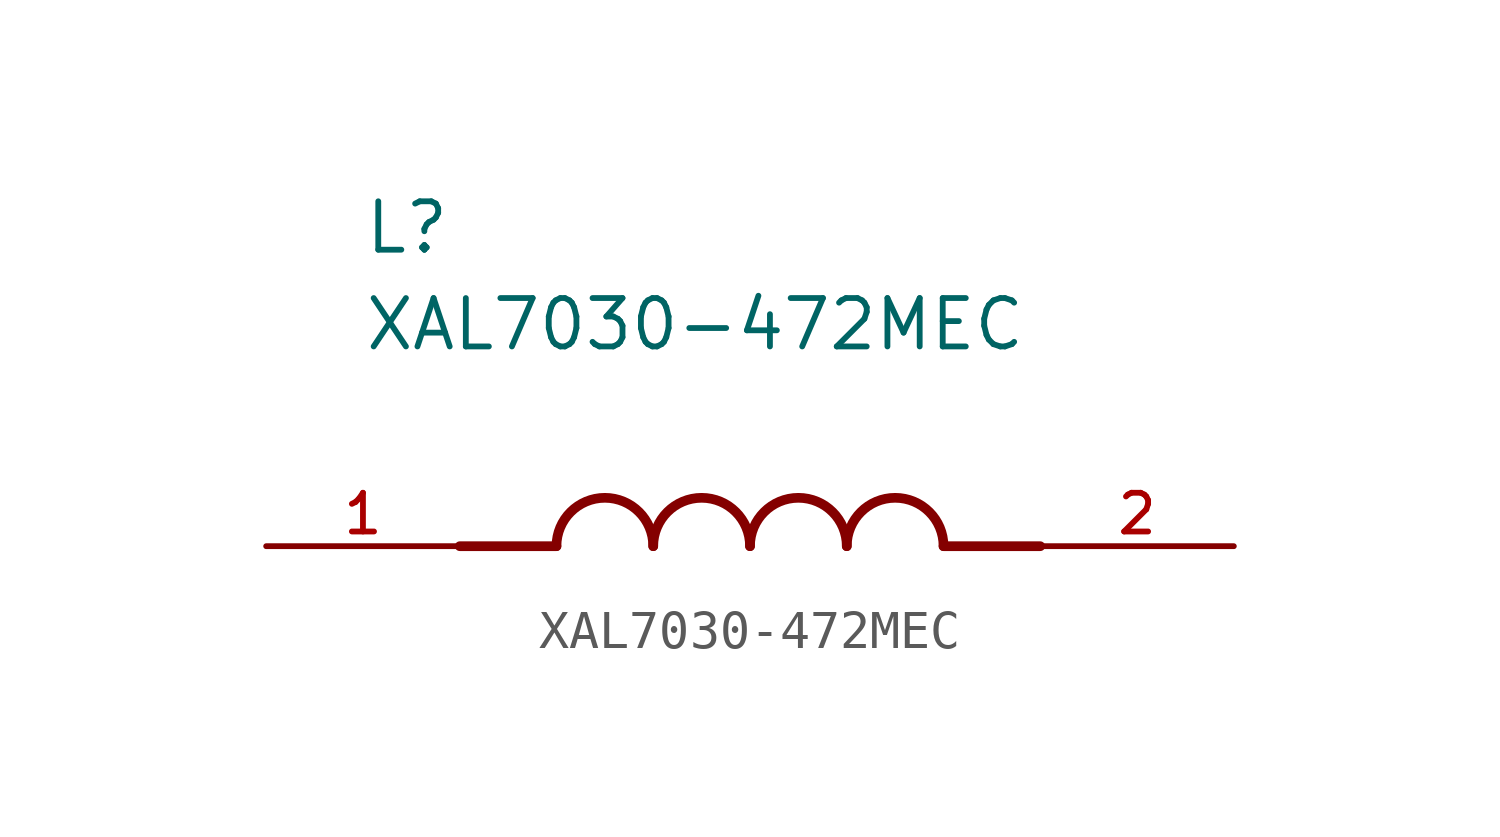
<source format=kicad_sym>
(kicad_symbol_lib
  (version 20211014)
  (generator kicad_symbol_editor)
  (symbol "XAL7030-472MEC"
    (pin_names
      (offset 1.016))
    (property "Reference" "L"
      (at -10.16 7.62 0)
      (effects (font (size 1.27 1.27)) (justify bottom left)))
    (property "Value" "XAL7030-472MEC"
      (at -10.16 5.08 0)
      (effects (font (size 1.27 1.27)) (justify bottom left)))
    (symbol "XAL7030-472MEC_0_0"
      (polyline (pts (xy -5.08 0.0) (xy -7.62 0.0)) (stroke (width 0.254)))
      (polyline (pts (xy 5.08 0.0) (xy 7.62 0.0)) (stroke (width 0.254)))
      (arc (start -2.54 0.0) (mid -3.81 1.27) (end -5.08 0.0) (stroke (width 0.254) (type default) (color 0 0 0 0)) (fill (type none)))
      (arc (start 0.0 0.0) (mid -1.27 1.27) (end -2.54 0.0) (stroke (width 0.254) (type default) (color 0 0 0 0)) (fill (type none)))
      (arc (start 2.54 0.0) (mid 1.27 1.27) (end 0.0 0.0) (stroke (width 0.254) (type default) (color 0 0 0 0)) (fill (type none)))
      (arc (start 5.08 0.0) (mid 3.81 1.27) (end 2.54 0.0) (stroke (width 0.254) (type default) (color 0 0 0 0)) (fill (type none)))
      (pin passive line (at -12.7 0.0 0) (length 5.08) (name "~" (effects (font (size 1.016 1.016)))) (number "1" (effects (font (size 1.016 1.016)))))
      (pin passive line (at 12.7 0.0 180.0) (length 5.08) (name "~" (effects (font (size 1.016 1.016)))) (number "2" (effects (font (size 1.016 1.016))))))))
</source>
